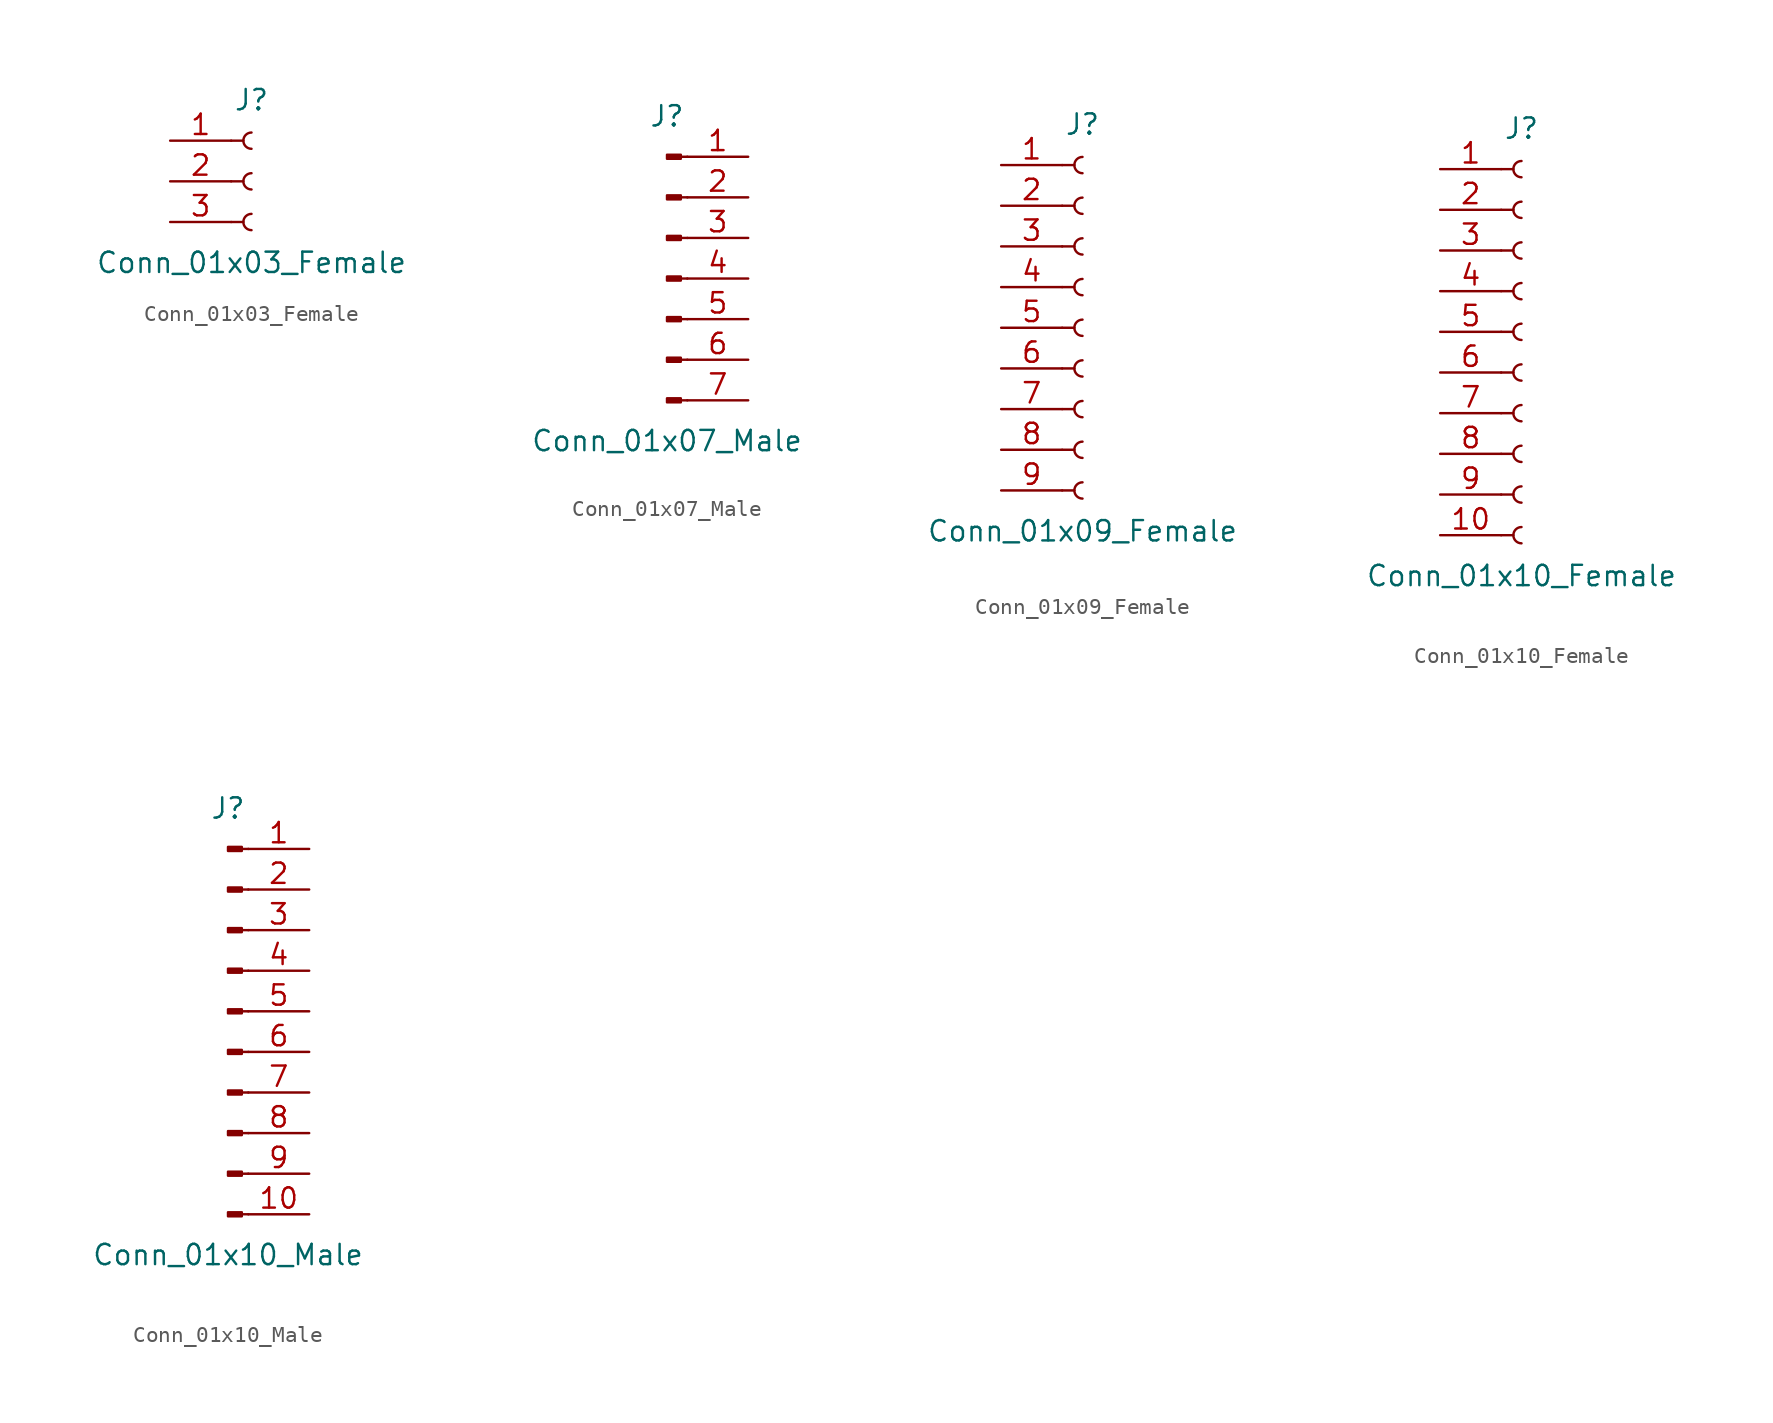
<source format=kicad_sym>
(kicad_symbol_lib
  (version 20220914)
  (generator kicad_symbol_editor)
  (symbol "Conn_01x03_Female"
    (pin_names
      (offset 1.016) hide)
    (property "Reference" "J"
      (at 0 5.08 0)
      (effects (font (size 1.27 1.27))))
    (property "Value" "Conn_01x03_Female"
      (at 0 -5.08 0)
      (effects (font (size 1.27 1.27))))
    (symbol "Conn_01x03_Female_1_1"
      (arc (start 0 -2.032) (mid -0.5058 -2.54) (end 0 -3.048) (stroke (width 0.1524) (type default)) (fill (type none)))
      (polyline (pts (xy -1.27 -2.54) (xy -0.508 -2.54)) (stroke (width 0.152) (type default)) (fill (type none)))
      (polyline (pts (xy -1.27 0) (xy -0.508 0)) (stroke (width 0.152) (type default)) (fill (type none)))
      (polyline (pts (xy -1.27 2.54) (xy -0.508 2.54)) (stroke (width 0.152) (type default)) (fill (type none)))
      (arc (start 0 0.508) (mid -0.5058 0) (end 0 -0.508) (stroke (width 0.1524) (type default)) (fill (type none)))
      (arc (start 0 3.048) (mid -0.5058 2.54) (end 0 2.032) (stroke (width 0.1524) (type default)) (fill (type none)))
      (pin passive line (at -5.08 2.54 0) (length 3.81) (name "Pin_1" (effects (font (size 1.27 1.27)))) (number "1" (effects (font (size 1.27 1.27)))))
      (pin passive line (at -5.08 0 0) (length 3.81) (name "Pin_2" (effects (font (size 1.27 1.27)))) (number "2" (effects (font (size 1.27 1.27)))))
      (pin passive line (at -5.08 -2.54 0) (length 3.81) (name "Pin_3" (effects (font (size 1.27 1.27)))) (number "3" (effects (font (size 1.27 1.27)))))))
  (symbol "Conn_01x07_Male"
    (pin_names
      (offset 1.016) hide)
    (property "Reference" "J"
      (at 0 10.16 0)
      (effects (font (size 1.27 1.27))))
    (property "Value" "Conn_01x07_Male"
      (at 0 -10.16 0)
      (effects (font (size 1.27 1.27))))
    (symbol "Conn_01x07_Male_1_1"
      (polyline (pts (xy 1.27 -7.62) (xy 0.864 -7.62)) (stroke (width 0.152) (type default)) (fill (type none)))
      (polyline (pts (xy 1.27 -5.08) (xy 0.864 -5.08)) (stroke (width 0.152) (type default)) (fill (type none)))
      (polyline (pts (xy 1.27 -2.54) (xy 0.864 -2.54)) (stroke (width 0.152) (type default)) (fill (type none)))
      (polyline (pts (xy 1.27 0) (xy 0.864 0)) (stroke (width 0.152) (type default)) (fill (type none)))
      (polyline (pts (xy 1.27 2.54) (xy 0.864 2.54)) (stroke (width 0.152) (type default)) (fill (type none)))
      (polyline (pts (xy 1.27 5.08) (xy 0.864 5.08)) (stroke (width 0.152) (type default)) (fill (type none)))
      (polyline (pts (xy 1.27 7.62) (xy 0.864 7.62)) (stroke (width 0.152) (type default)) (fill (type none)))
      (rectangle (start 0.864 -7.493) (end 0 -7.747) (stroke (width 0.152) (type default)) (fill (type outline)))
      (rectangle (start 0.864 -4.953) (end 0 -5.207) (stroke (width 0.152) (type default)) (fill (type outline)))
      (rectangle (start 0.864 -2.413) (end 0 -2.667) (stroke (width 0.152) (type default)) (fill (type outline)))
      (rectangle (start 0.864 0.127) (end 0 -0.127) (stroke (width 0.152) (type default)) (fill (type outline)))
      (rectangle (start 0.864 2.667) (end 0 2.413) (stroke (width 0.152) (type default)) (fill (type outline)))
      (rectangle (start 0.864 5.207) (end 0 4.953) (stroke (width 0.152) (type default)) (fill (type outline)))
      (rectangle (start 0.864 7.747) (end 0 7.493) (stroke (width 0.152) (type default)) (fill (type outline)))
      (pin passive line (at 5.08 7.62 180) (length 3.81) (name "Pin_1" (effects (font (size 1.27 1.27)))) (number "1" (effects (font (size 1.27 1.27)))))
      (pin passive line (at 5.08 5.08 180) (length 3.81) (name "Pin_2" (effects (font (size 1.27 1.27)))) (number "2" (effects (font (size 1.27 1.27)))))
      (pin passive line (at 5.08 2.54 180) (length 3.81) (name "Pin_3" (effects (font (size 1.27 1.27)))) (number "3" (effects (font (size 1.27 1.27)))))
      (pin passive line (at 5.08 0 180) (length 3.81) (name "Pin_4" (effects (font (size 1.27 1.27)))) (number "4" (effects (font (size 1.27 1.27)))))
      (pin passive line (at 5.08 -2.54 180) (length 3.81) (name "Pin_5" (effects (font (size 1.27 1.27)))) (number "5" (effects (font (size 1.27 1.27)))))
      (pin passive line (at 5.08 -5.08 180) (length 3.81) (name "Pin_6" (effects (font (size 1.27 1.27)))) (number "6" (effects (font (size 1.27 1.27)))))
      (pin passive line (at 5.08 -7.62 180) (length 3.81) (name "Pin_7" (effects (font (size 1.27 1.27)))) (number "7" (effects (font (size 1.27 1.27)))))))
  (symbol "Conn_01x09_Female"
    (pin_names
      (offset 1.016) hide)
    (property "Reference" "J"
      (at 0 12.7 0)
      (effects (font (size 1.27 1.27))))
    (property "Value" "Conn_01x09_Female"
      (at 0 -12.7 0)
      (effects (font (size 1.27 1.27))))
    (symbol "Conn_01x09_Female_1_1"
      (arc (start 0 -9.652) (mid -0.5058 -10.16) (end 0 -10.668) (stroke (width 0.1524) (type default)) (fill (type none)))
      (arc (start 0 -7.112) (mid -0.5058 -7.62) (end 0 -8.128) (stroke (width 0.1524) (type default)) (fill (type none)))
      (arc (start 0 -4.572) (mid -0.5058 -5.08) (end 0 -5.588) (stroke (width 0.1524) (type default)) (fill (type none)))
      (arc (start 0 -2.032) (mid -0.5058 -2.54) (end 0 -3.048) (stroke (width 0.1524) (type default)) (fill (type none)))
      (polyline (pts (xy -1.27 -10.16) (xy -0.508 -10.16)) (stroke (width 0.152) (type default)) (fill (type none)))
      (polyline (pts (xy -1.27 -7.62) (xy -0.508 -7.62)) (stroke (width 0.152) (type default)) (fill (type none)))
      (polyline (pts (xy -1.27 -5.08) (xy -0.508 -5.08)) (stroke (width 0.152) (type default)) (fill (type none)))
      (polyline (pts (xy -1.27 -2.54) (xy -0.508 -2.54)) (stroke (width 0.152) (type default)) (fill (type none)))
      (polyline (pts (xy -1.27 0) (xy -0.508 0)) (stroke (width 0.152) (type default)) (fill (type none)))
      (polyline (pts (xy -1.27 2.54) (xy -0.508 2.54)) (stroke (width 0.152) (type default)) (fill (type none)))
      (polyline (pts (xy -1.27 5.08) (xy -0.508 5.08)) (stroke (width 0.152) (type default)) (fill (type none)))
      (polyline (pts (xy -1.27 7.62) (xy -0.508 7.62)) (stroke (width 0.152) (type default)) (fill (type none)))
      (polyline (pts (xy -1.27 10.16) (xy -0.508 10.16)) (stroke (width 0.152) (type default)) (fill (type none)))
      (arc (start 0 0.508) (mid -0.5058 0) (end 0 -0.508) (stroke (width 0.1524) (type default)) (fill (type none)))
      (arc (start 0 3.048) (mid -0.5058 2.54) (end 0 2.032) (stroke (width 0.1524) (type default)) (fill (type none)))
      (arc (start 0 5.588) (mid -0.5058 5.08) (end 0 4.572) (stroke (width 0.1524) (type default)) (fill (type none)))
      (arc (start 0 8.128) (mid -0.5058 7.62) (end 0 7.112) (stroke (width 0.1524) (type default)) (fill (type none)))
      (arc (start 0 10.668) (mid -0.5058 10.16) (end 0 9.652) (stroke (width 0.1524) (type default)) (fill (type none)))
      (pin passive line (at -5.08 10.16 0) (length 3.81) (name "Pin_1" (effects (font (size 1.27 1.27)))) (number "1" (effects (font (size 1.27 1.27)))))
      (pin passive line (at -5.08 7.62 0) (length 3.81) (name "Pin_2" (effects (font (size 1.27 1.27)))) (number "2" (effects (font (size 1.27 1.27)))))
      (pin passive line (at -5.08 5.08 0) (length 3.81) (name "Pin_3" (effects (font (size 1.27 1.27)))) (number "3" (effects (font (size 1.27 1.27)))))
      (pin passive line (at -5.08 2.54 0) (length 3.81) (name "Pin_4" (effects (font (size 1.27 1.27)))) (number "4" (effects (font (size 1.27 1.27)))))
      (pin passive line (at -5.08 0 0) (length 3.81) (name "Pin_5" (effects (font (size 1.27 1.27)))) (number "5" (effects (font (size 1.27 1.27)))))
      (pin passive line (at -5.08 -2.54 0) (length 3.81) (name "Pin_6" (effects (font (size 1.27 1.27)))) (number "6" (effects (font (size 1.27 1.27)))))
      (pin passive line (at -5.08 -5.08 0) (length 3.81) (name "Pin_7" (effects (font (size 1.27 1.27)))) (number "7" (effects (font (size 1.27 1.27)))))
      (pin passive line (at -5.08 -7.62 0) (length 3.81) (name "Pin_8" (effects (font (size 1.27 1.27)))) (number "8" (effects (font (size 1.27 1.27)))))
      (pin passive line (at -5.08 -10.16 0) (length 3.81) (name "Pin_9" (effects (font (size 1.27 1.27)))) (number "9" (effects (font (size 1.27 1.27)))))))
  (symbol "Conn_01x10_Female"
    (pin_names
      (offset 1.016) hide)
    (property "Reference" "J"
      (at 0 12.7 0)
      (effects (font (size 1.27 1.27))))
    (property "Value" "Conn_01x10_Female"
      (at 0 -15.24 0)
      (effects (font (size 1.27 1.27))))
    (symbol "Conn_01x10_Female_1_1"
      (arc (start 0 -12.192) (mid -0.5058 -12.7) (end 0 -13.208) (stroke (width 0.1524) (type default)) (fill (type none)))
      (arc (start 0 -9.652) (mid -0.5058 -10.16) (end 0 -10.668) (stroke (width 0.1524) (type default)) (fill (type none)))
      (arc (start 0 -7.112) (mid -0.5058 -7.62) (end 0 -8.128) (stroke (width 0.1524) (type default)) (fill (type none)))
      (arc (start 0 -4.572) (mid -0.5058 -5.08) (end 0 -5.588) (stroke (width 0.1524) (type default)) (fill (type none)))
      (arc (start 0 -2.032) (mid -0.5058 -2.54) (end 0 -3.048) (stroke (width 0.1524) (type default)) (fill (type none)))
      (polyline (pts (xy -1.27 -12.7) (xy -0.508 -12.7)) (stroke (width 0.152) (type default)) (fill (type none)))
      (polyline (pts (xy -1.27 -10.16) (xy -0.508 -10.16)) (stroke (width 0.152) (type default)) (fill (type none)))
      (polyline (pts (xy -1.27 -7.62) (xy -0.508 -7.62)) (stroke (width 0.152) (type default)) (fill (type none)))
      (polyline (pts (xy -1.27 -5.08) (xy -0.508 -5.08)) (stroke (width 0.152) (type default)) (fill (type none)))
      (polyline (pts (xy -1.27 -2.54) (xy -0.508 -2.54)) (stroke (width 0.152) (type default)) (fill (type none)))
      (polyline (pts (xy -1.27 0) (xy -0.508 0)) (stroke (width 0.152) (type default)) (fill (type none)))
      (polyline (pts (xy -1.27 2.54) (xy -0.508 2.54)) (stroke (width 0.152) (type default)) (fill (type none)))
      (polyline (pts (xy -1.27 5.08) (xy -0.508 5.08)) (stroke (width 0.152) (type default)) (fill (type none)))
      (polyline (pts (xy -1.27 7.62) (xy -0.508 7.62)) (stroke (width 0.152) (type default)) (fill (type none)))
      (polyline (pts (xy -1.27 10.16) (xy -0.508 10.16)) (stroke (width 0.152) (type default)) (fill (type none)))
      (arc (start 0 0.508) (mid -0.5058 0) (end 0 -0.508) (stroke (width 0.1524) (type default)) (fill (type none)))
      (arc (start 0 3.048) (mid -0.5058 2.54) (end 0 2.032) (stroke (width 0.1524) (type default)) (fill (type none)))
      (arc (start 0 5.588) (mid -0.5058 5.08) (end 0 4.572) (stroke (width 0.1524) (type default)) (fill (type none)))
      (arc (start 0 8.128) (mid -0.5058 7.62) (end 0 7.112) (stroke (width 0.1524) (type default)) (fill (type none)))
      (arc (start 0 10.668) (mid -0.5058 10.16) (end 0 9.652) (stroke (width 0.1524) (type default)) (fill (type none)))
      (pin passive line (at -5.08 10.16 0) (length 3.81) (name "Pin_1" (effects (font (size 1.27 1.27)))) (number "1" (effects (font (size 1.27 1.27)))))
      (pin passive line (at -5.08 -12.7 0) (length 3.81) (name "Pin_10" (effects (font (size 1.27 1.27)))) (number "10" (effects (font (size 1.27 1.27)))))
      (pin passive line (at -5.08 7.62 0) (length 3.81) (name "Pin_2" (effects (font (size 1.27 1.27)))) (number "2" (effects (font (size 1.27 1.27)))))
      (pin passive line (at -5.08 5.08 0) (length 3.81) (name "Pin_3" (effects (font (size 1.27 1.27)))) (number "3" (effects (font (size 1.27 1.27)))))
      (pin passive line (at -5.08 2.54 0) (length 3.81) (name "Pin_4" (effects (font (size 1.27 1.27)))) (number "4" (effects (font (size 1.27 1.27)))))
      (pin passive line (at -5.08 0 0) (length 3.81) (name "Pin_5" (effects (font (size 1.27 1.27)))) (number "5" (effects (font (size 1.27 1.27)))))
      (pin passive line (at -5.08 -2.54 0) (length 3.81) (name "Pin_6" (effects (font (size 1.27 1.27)))) (number "6" (effects (font (size 1.27 1.27)))))
      (pin passive line (at -5.08 -5.08 0) (length 3.81) (name "Pin_7" (effects (font (size 1.27 1.27)))) (number "7" (effects (font (size 1.27 1.27)))))
      (pin passive line (at -5.08 -7.62 0) (length 3.81) (name "Pin_8" (effects (font (size 1.27 1.27)))) (number "8" (effects (font (size 1.27 1.27)))))
      (pin passive line (at -5.08 -10.16 0) (length 3.81) (name "Pin_9" (effects (font (size 1.27 1.27)))) (number "9" (effects (font (size 1.27 1.27)))))))
  (symbol "Conn_01x10_Male"
    (pin_names
      (offset 1.016) hide)
    (property "Reference" "J"
      (at 0 12.7 0)
      (effects (font (size 1.27 1.27))))
    (property "Value" "Conn_01x10_Male"
      (at 0 -15.24 0)
      (effects (font (size 1.27 1.27))))
    (symbol "Conn_01x10_Male_1_1"
      (polyline (pts (xy 1.27 -12.7) (xy 0.864 -12.7)) (stroke (width 0.152) (type default)) (fill (type none)))
      (polyline (pts (xy 1.27 -10.16) (xy 0.864 -10.16)) (stroke (width 0.152) (type default)) (fill (type none)))
      (polyline (pts (xy 1.27 -7.62) (xy 0.864 -7.62)) (stroke (width 0.152) (type default)) (fill (type none)))
      (polyline (pts (xy 1.27 -5.08) (xy 0.864 -5.08)) (stroke (width 0.152) (type default)) (fill (type none)))
      (polyline (pts (xy 1.27 -2.54) (xy 0.864 -2.54)) (stroke (width 0.152) (type default)) (fill (type none)))
      (polyline (pts (xy 1.27 0) (xy 0.864 0)) (stroke (width 0.152) (type default)) (fill (type none)))
      (polyline (pts (xy 1.27 2.54) (xy 0.864 2.54)) (stroke (width 0.152) (type default)) (fill (type none)))
      (polyline (pts (xy 1.27 5.08) (xy 0.864 5.08)) (stroke (width 0.152) (type default)) (fill (type none)))
      (polyline (pts (xy 1.27 7.62) (xy 0.864 7.62)) (stroke (width 0.152) (type default)) (fill (type none)))
      (polyline (pts (xy 1.27 10.16) (xy 0.864 10.16)) (stroke (width 0.152) (type default)) (fill (type none)))
      (rectangle (start 0.864 -12.573) (end 0 -12.827) (stroke (width 0.152) (type default)) (fill (type outline)))
      (rectangle (start 0.864 -10.033) (end 0 -10.287) (stroke (width 0.152) (type default)) (fill (type outline)))
      (rectangle (start 0.864 -7.493) (end 0 -7.747) (stroke (width 0.152) (type default)) (fill (type outline)))
      (rectangle (start 0.864 -4.953) (end 0 -5.207) (stroke (width 0.152) (type default)) (fill (type outline)))
      (rectangle (start 0.864 -2.413) (end 0 -2.667) (stroke (width 0.152) (type default)) (fill (type outline)))
      (rectangle (start 0.864 0.127) (end 0 -0.127) (stroke (width 0.152) (type default)) (fill (type outline)))
      (rectangle (start 0.864 2.667) (end 0 2.413) (stroke (width 0.152) (type default)) (fill (type outline)))
      (rectangle (start 0.864 5.207) (end 0 4.953) (stroke (width 0.152) (type default)) (fill (type outline)))
      (rectangle (start 0.864 7.747) (end 0 7.493) (stroke (width 0.152) (type default)) (fill (type outline)))
      (rectangle (start 0.864 10.287) (end 0 10.033) (stroke (width 0.152) (type default)) (fill (type outline)))
      (pin passive line (at 5.08 10.16 180) (length 3.81) (name "Pin_1" (effects (font (size 1.27 1.27)))) (number "1" (effects (font (size 1.27 1.27)))))
      (pin passive line (at 5.08 -12.7 180) (length 3.81) (name "Pin_10" (effects (font (size 1.27 1.27)))) (number "10" (effects (font (size 1.27 1.27)))))
      (pin passive line (at 5.08 7.62 180) (length 3.81) (name "Pin_2" (effects (font (size 1.27 1.27)))) (number "2" (effects (font (size 1.27 1.27)))))
      (pin passive line (at 5.08 5.08 180) (length 3.81) (name "Pin_3" (effects (font (size 1.27 1.27)))) (number "3" (effects (font (size 1.27 1.27)))))
      (pin passive line (at 5.08 2.54 180) (length 3.81) (name "Pin_4" (effects (font (size 1.27 1.27)))) (number "4" (effects (font (size 1.27 1.27)))))
      (pin passive line (at 5.08 0 180) (length 3.81) (name "Pin_5" (effects (font (size 1.27 1.27)))) (number "5" (effects (font (size 1.27 1.27)))))
      (pin passive line (at 5.08 -2.54 180) (length 3.81) (name "Pin_6" (effects (font (size 1.27 1.27)))) (number "6" (effects (font (size 1.27 1.27)))))
      (pin passive line (at 5.08 -5.08 180) (length 3.81) (name "Pin_7" (effects (font (size 1.27 1.27)))) (number "7" (effects (font (size 1.27 1.27)))))
      (pin passive line (at 5.08 -7.62 180) (length 3.81) (name "Pin_8" (effects (font (size 1.27 1.27)))) (number "8" (effects (font (size 1.27 1.27)))))
      (pin passive line (at 5.08 -10.16 180) (length 3.81) (name "Pin_9" (effects (font (size 1.27 1.27)))) (number "9" (effects (font (size 1.27 1.27))))))))
</source>
